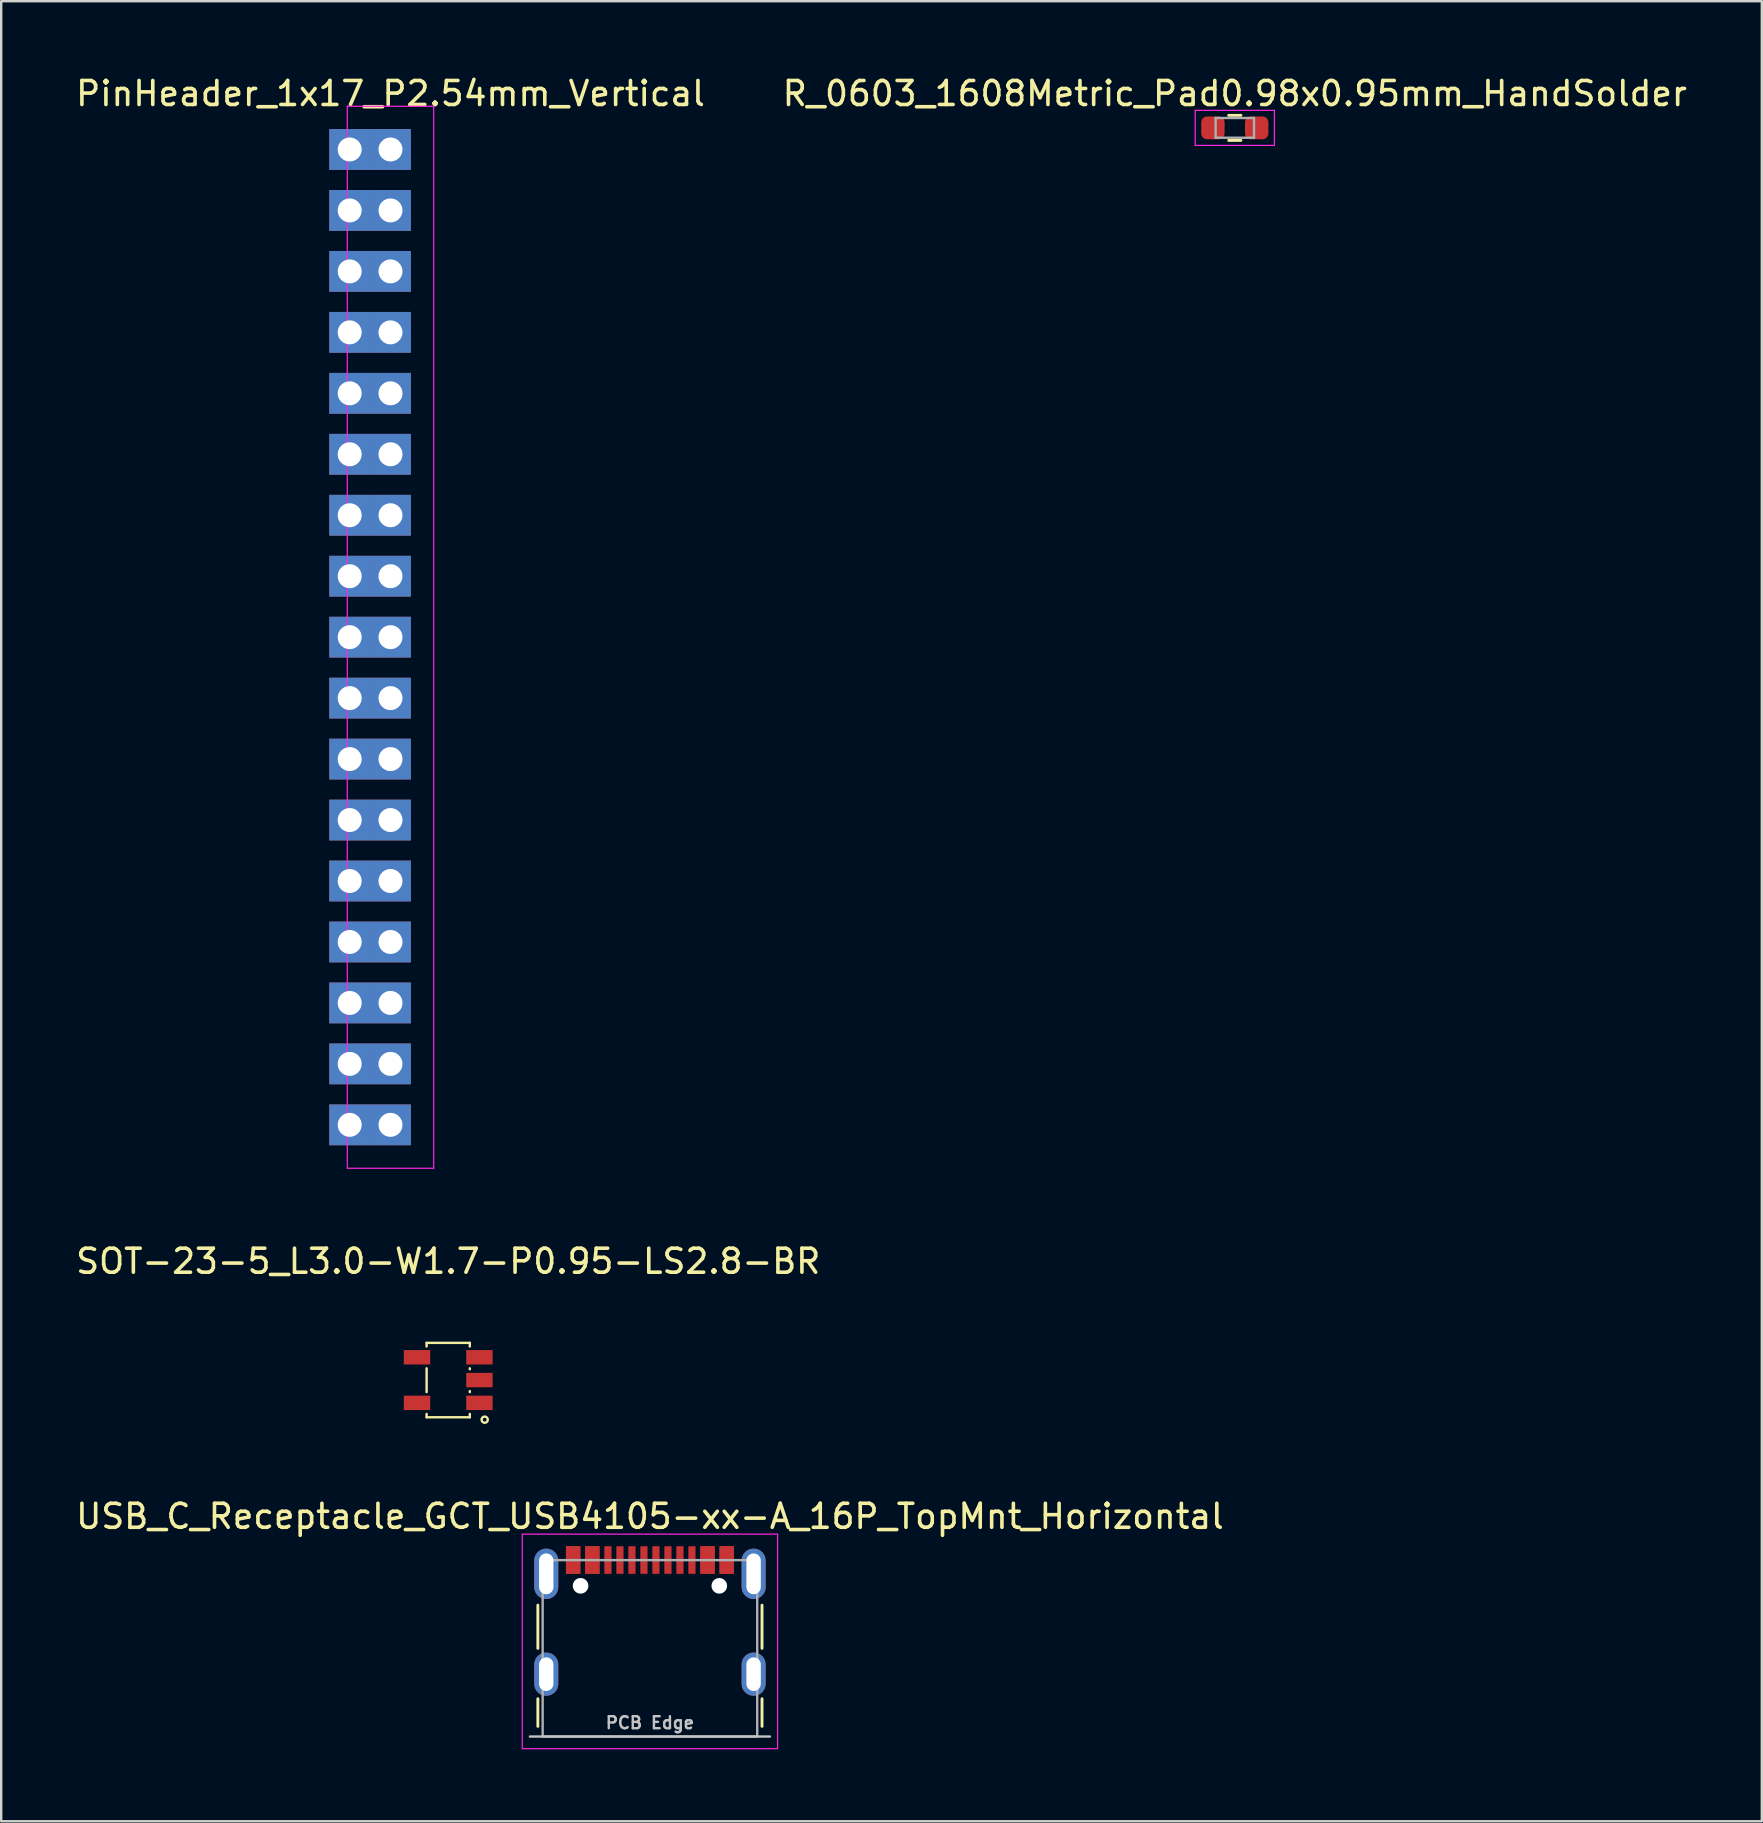
<source format=kicad_pcb>
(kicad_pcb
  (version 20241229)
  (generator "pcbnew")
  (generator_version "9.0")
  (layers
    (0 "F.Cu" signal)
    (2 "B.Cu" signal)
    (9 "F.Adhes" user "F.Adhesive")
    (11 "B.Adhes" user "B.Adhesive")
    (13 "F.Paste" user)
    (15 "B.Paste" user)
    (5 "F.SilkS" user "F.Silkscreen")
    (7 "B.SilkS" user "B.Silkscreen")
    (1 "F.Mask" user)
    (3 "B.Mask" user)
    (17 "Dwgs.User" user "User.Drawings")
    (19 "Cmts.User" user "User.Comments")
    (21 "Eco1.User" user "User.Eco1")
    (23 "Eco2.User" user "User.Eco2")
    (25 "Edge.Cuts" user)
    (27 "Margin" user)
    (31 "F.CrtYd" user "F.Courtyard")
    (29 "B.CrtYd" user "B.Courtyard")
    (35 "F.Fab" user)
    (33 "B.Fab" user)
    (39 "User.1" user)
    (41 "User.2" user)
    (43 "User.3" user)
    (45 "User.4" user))
  (footprint "USB_C_Receptacle_GCT_USB4105-xx-A_16P_TopMnt_Horizontal"
    (layer "F.Cu")
    (at 24.03 65.63)
    (property "Reference" "USB_C_Receptacle_GCT_USB4105-xx-A_16P_TopMnt_Horizontal" (at 0 -5.5 0) (unlocked yes) (layer "F.SilkS") (effects (font (size 1 1) (thickness 0.15))))
    (attr smd)
    (fp_line (start -4.67 0) (end -4.67 -1.8) (stroke (width 0.12) (type solid)) (layer "F.SilkS"))
    (fp_line (start -4.67 2.1) (end -4.67 3.25) (stroke (width 0.12) (type solid)) (layer "F.SilkS"))
    (fp_line (start 4.67 0) (end 4.67 -1.8) (stroke (width 0.12) (type solid)) (layer "F.SilkS"))
    (fp_line (start 4.67 2.1) (end 4.67 3.25) (stroke (width 0.12) (type solid)) (layer "F.SilkS"))
    (fp_line (start 5 3.675) (end -5 3.675) (stroke (width 0.1) (type solid)) (layer "Dwgs.User"))
    (fp_rect (start -5.32 -4.76) (end 5.32 4.18) (stroke (width 0.05) (type solid)) (fill no) (layer "F.CrtYd"))
    (fp_rect (start -4.47 -3.675) (end 4.47 3.675) (stroke (width 0.1) (type solid)) (fill no) (layer "F.Fab"))
    (fp_text user "PCB Edge" (at 0 3.1 0) (unlocked yes) (layer "Dwgs.User") (effects (font (size 0.5 0.5) (thickness 0.1))))
    (pad "" np_thru_hole circle (at -2.89 -2.605) (size 0.65 0.65) (drill 0.65) (layers "*.Cu" "*.Mask"))
    (pad "" np_thru_hole circle (at 2.89 -2.605) (size 0.65 0.65) (drill 0.65) (layers "*.Cu" "*.Mask"))
    (pad "A1" smd rect (at -3.2 -3.68) (size 0.6 1.15) (layers "F.Cu" "F.Mask" "F.Paste"))
    (pad "A4" smd rect (at -2.4 -3.68) (size 0.6 1.15) (layers "F.Cu" "F.Mask" "F.Paste"))
    (pad "A5" smd rect (at -1.25 -3.68) (size 0.3 1.15) (layers "F.Cu" "F.Mask" "F.Paste"))
    (pad "A6" smd rect (at -0.25 -3.68) (size 0.3 1.15) (layers "F.Cu" "F.Mask" "F.Paste"))
    (pad "A7" smd rect (at 0.25 -3.68) (size 0.3 1.15) (layers "F.Cu" "F.Mask" "F.Paste"))
    (pad "A8" smd rect (at 1.25 -3.68) (size 0.3 1.15) (layers "F.Cu" "F.Mask" "F.Paste"))
    (pad "A9" smd rect (at 2.4 -3.68) (size 0.6 1.15) (layers "F.Cu" "F.Mask" "F.Paste"))
    (pad "A12" smd rect (at 3.2 -3.68) (size 0.6 1.15) (layers "F.Cu" "F.Mask" "F.Paste"))
    (pad "B1" smd rect (at 3.2 -3.68) (size 0.6 1.15) (layers "F.Cu" "F.Mask" "F.Paste"))
    (pad "B4" smd rect (at 2.4 -3.68) (size 0.6 1.15) (layers "F.Cu" "F.Mask" "F.Paste"))
    (pad "B5" smd rect (at 1.75 -3.68) (size 0.3 1.15) (layers "F.Cu" "F.Mask" "F.Paste"))
    (pad "B6" smd rect (at 0.75 -3.68) (size 0.3 1.15) (layers "F.Cu" "F.Mask" "F.Paste"))
    (pad "B7" smd rect (at -0.75 -3.68) (size 0.3 1.15) (layers "F.Cu" "F.Mask" "F.Paste"))
    (pad "B8" smd rect (at -1.75 -3.68) (size 0.3 1.15) (layers "F.Cu" "F.Mask" "F.Paste"))
    (pad "B9" smd rect (at -2.4 -3.68) (size 0.6 1.15) (layers "F.Cu" "F.Mask" "F.Paste"))
    (pad "B12" smd rect (at -3.2 -3.68) (size 0.6 1.15) (layers "F.Cu" "F.Mask" "F.Paste"))
    (pad "S1" thru_hole oval (at -4.32 -3.105) (size 1 2.1) (drill oval 0.6 1.7) (layers "*.Cu" "*.Mask"))
    (pad "S1" thru_hole oval (at -4.32 1.075) (size 1 1.8) (drill oval 0.6 1.4) (layers "*.Cu" "*.Mask"))
    (pad "S1" thru_hole oval (at 4.32 -3.105) (size 1 2.1) (drill oval 0.6 1.7) (layers "*.Cu" "*.Mask"))
    (pad "S1" thru_hole oval (at 4.32 1.075) (size 1 1.8) (drill oval 0.6 1.4) (layers "*.Cu" "*.Mask")))
  (footprint "PinHeader_1x17_P2.54mm_Vertical"
    (layer "F.Cu")
    (at 13.22 3.178)
    (property "Reference" "PinHeader_1x17_P2.54mm_Vertical" (at 0 -2.33 0) (layer "F.SilkS") (effects (font (size 1 1) (thickness 0.15))))
    (attr through_hole)
    (fp_line (start -1.8 -1.8) (end -1.8 42.45) (stroke (width 0.05) (type solid)) (layer "F.CrtYd"))
    (fp_line (start -1.8 42.45) (end 1.8 42.45) (stroke (width 0.05) (type solid)) (layer "F.CrtYd"))
    (fp_line (start 1.8 -1.8) (end -1.8 -1.8) (stroke (width 0.05) (type solid)) (layer "F.CrtYd"))
    (fp_line (start 1.8 42.45) (end 1.8 -1.8) (stroke (width 0.05) (type solid)) (layer "F.CrtYd"))
    (pad "1" thru_hole rect (at -1.7 0) (size 1.7 1.7) (drill 1) (layers "*.Cu" "*.Mask"))
    (pad "1" thru_hole rect (at 0 0) (size 1.7 1.7) (drill 1) (layers "*.Cu" "*.Mask"))
    (pad "2" thru_hole rect (at -1.7 2.54) (size 1.7 1.7) (drill 1) (layers "*.Cu" "*.Mask"))
    (pad "2" thru_hole rect (at 0 2.54) (size 1.7 1.7) (drill 1) (layers "*.Cu" "*.Mask"))
    (pad "3" thru_hole rect (at -1.7 5.08) (size 1.7 1.7) (drill 1) (layers "*.Cu" "*.Mask"))
    (pad "3" thru_hole rect (at 0 5.08) (size 1.7 1.7) (drill 1) (layers "*.Cu" "*.Mask"))
    (pad "4" thru_hole rect (at -1.7 7.62) (size 1.7 1.7) (drill 1) (layers "*.Cu" "*.Mask"))
    (pad "4" thru_hole rect (at 0 7.62) (size 1.7 1.7) (drill 1) (layers "*.Cu" "*.Mask"))
    (pad "5" thru_hole rect (at -1.7 10.16) (size 1.7 1.7) (drill 1) (layers "*.Cu" "*.Mask"))
    (pad "5" thru_hole rect (at 0 10.16) (size 1.7 1.7) (drill 1) (layers "*.Cu" "*.Mask"))
    (pad "6" thru_hole rect (at -1.7 12.7) (size 1.7 1.7) (drill 1) (layers "*.Cu" "*.Mask"))
    (pad "6" thru_hole rect (at 0 12.7) (size 1.7 1.7) (drill 1) (layers "*.Cu" "*.Mask"))
    (pad "7" thru_hole rect (at -1.7 15.24) (size 1.7 1.7) (drill 1) (layers "*.Cu" "*.Mask"))
    (pad "7" thru_hole rect (at 0 15.24) (size 1.7 1.7) (drill 1) (layers "*.Cu" "*.Mask"))
    (pad "8" thru_hole rect (at -1.7 17.78) (size 1.7 1.7) (drill 1) (layers "*.Cu" "*.Mask"))
    (pad "8" thru_hole rect (at 0 17.78) (size 1.7 1.7) (drill 1) (layers "*.Cu" "*.Mask"))
    (pad "9" thru_hole rect (at -1.7 20.32) (size 1.7 1.7) (drill 1) (layers "*.Cu" "*.Mask"))
    (pad "9" thru_hole rect (at 0 20.32) (size 1.7 1.7) (drill 1) (layers "*.Cu" "*.Mask"))
    (pad "10" thru_hole rect (at -1.7 22.86) (size 1.7 1.7) (drill 1) (layers "*.Cu" "*.Mask"))
    (pad "10" thru_hole rect (at 0 22.86) (size 1.7 1.7) (drill 1) (layers "*.Cu" "*.Mask"))
    (pad "11" thru_hole rect (at -1.7 25.4) (size 1.7 1.7) (drill 1) (layers "*.Cu" "*.Mask"))
    (pad "11" thru_hole rect (at 0 25.4) (size 1.7 1.7) (drill 1) (layers "*.Cu" "*.Mask"))
    (pad "12" thru_hole rect (at -1.7 27.94) (size 1.7 1.7) (drill 1) (layers "*.Cu" "*.Mask"))
    (pad "12" thru_hole rect (at 0 27.94) (size 1.7 1.7) (drill 1) (layers "*.Cu" "*.Mask"))
    (pad "13" thru_hole rect (at -1.7 30.48) (size 1.7 1.7) (drill 1) (layers "*.Cu" "*.Mask"))
    (pad "13" thru_hole rect (at 0 30.48) (size 1.7 1.7) (drill 1) (layers "*.Cu" "*.Mask"))
    (pad "14" thru_hole rect (at -1.7 33.02) (size 1.7 1.7) (drill 1) (layers "*.Cu" "*.Mask"))
    (pad "14" thru_hole rect (at 0 33.02) (size 1.7 1.7) (drill 1) (layers "*.Cu" "*.Mask"))
    (pad "15" thru_hole rect (at -1.7 35.56) (size 1.7 1.7) (drill 1) (layers "*.Cu" "*.Mask"))
    (pad "15" thru_hole rect (at 0 35.56) (size 1.7 1.7) (drill 1) (layers "*.Cu" "*.Mask"))
    (pad "16" thru_hole rect (at -1.7 38.1) (size 1.7 1.7) (drill 1) (layers "*.Cu" "*.Mask"))
    (pad "16" thru_hole rect (at 0 38.1) (size 1.7 1.7) (drill 1) (layers "*.Cu" "*.Mask"))
    (pad "17" thru_hole rect (at -1.7 40.64) (size 1.7 1.7) (drill 1) (layers "*.Cu" "*.Mask"))
    (pad "17" thru_hole rect (at 0 40.64) (size 1.7 1.7) (drill 1) (layers "*.Cu" "*.Mask")))
  (footprint "SOT-23-5_L3.0-W1.7-P0.95-LS2.8-BR"
    (layer "F.Cu")
    (at 15.625 54.452)
    (property "Reference" "SOT-23-5_L3.0-W1.7-P0.95-LS2.8-BR" (at 0 -4.95 180) (layer "F.SilkS") (effects (font (size 1 1) (thickness 0.15))))
    (attr smd)
    (fp_line (start -0.9 -1.55) (end -0.9 -1.4) (stroke (width 0.1) (type solid)) (layer "F.SilkS"))
    (fp_line (start -0.9 -1.55) (end 0.9 -1.55) (stroke (width 0.1) (type solid)) (layer "F.SilkS"))
    (fp_line (start -0.9 -0.49) (end -0.9 0.5) (stroke (width 0.1) (type solid)) (layer "F.SilkS"))
    (fp_line (start -0.9 1.41) (end -0.9 1.55) (stroke (width 0.1) (type solid)) (layer "F.SilkS"))
    (fp_line (start -0.9 1.55) (end 0.9 1.55) (stroke (width 0.1) (type solid)) (layer "F.SilkS"))
    (fp_line (start 0.9 -1.55) (end 0.9 -1.4) (stroke (width 0.1) (type solid)) (layer "F.SilkS"))
    (fp_line (start 0.9 -0.49) (end 0.9 -0.45) (stroke (width 0.1) (type solid)) (layer "F.SilkS"))
    (fp_line (start 0.9 0.46) (end 0.9 0.5) (stroke (width 0.1) (type solid)) (layer "F.SilkS"))
    (fp_line (start 0.9 1.41) (end 0.9 1.55) (stroke (width 0.1) (type solid)) (layer "F.SilkS"))
    (fp_circle (center 1.52 1.65) (end 1.65 1.65) (stroke (width 0.1) (type solid)) (fill no) (layer "F.SilkS"))
    (pad "1" smd rect (at 1.3 0.95) (size 1.1 0.6) (layers "F.Cu" "F.Mask" "F.Paste"))
    (pad "2" smd rect (at 1.3 0) (size 1.1 0.6) (layers "F.Cu" "F.Mask" "F.Paste"))
    (pad "3" smd rect (at 1.3 -0.95) (size 1.1 0.6) (layers "F.Cu" "F.Mask" "F.Paste"))
    (pad "4" smd rect (at -1.3 -0.95) (size 1.1 0.6) (layers "F.Cu" "F.Mask" "F.Paste"))
    (pad "5" smd rect (at -1.3 0.95) (size 1.1 0.6) (layers "F.Cu" "F.Mask" "F.Paste")))
  (footprint "R_0603_1608Metric_Pad0.98x0.95mm_HandSolder"
    (layer "F.Cu")
    (at 48.399 2.278)
    (property "Reference" "R_0603_1608Metric_Pad0.98x0.95mm_HandSolder" (at 0 -1.43 180) (layer "F.SilkS") (effects (font (size 1 1) (thickness 0.15))))
    (attr smd)
    (fp_line (start -0.255 -0.522) (end 0.255 -0.522) (stroke (width 0.12) (type solid)) (layer "F.SilkS"))
    (fp_line (start -0.255 0.522) (end 0.255 0.522) (stroke (width 0.12) (type solid)) (layer "F.SilkS"))
    (fp_line (start -1.65 -0.73) (end 1.65 -0.73) (stroke (width 0.05) (type solid)) (layer "F.CrtYd"))
    (fp_line (start -1.65 0.73) (end -1.65 -0.73) (stroke (width 0.05) (type solid)) (layer "F.CrtYd"))
    (fp_line (start 1.65 -0.73) (end 1.65 0.73) (stroke (width 0.05) (type solid)) (layer "F.CrtYd"))
    (fp_line (start 1.65 0.73) (end -1.65 0.73) (stroke (width 0.05) (type solid)) (layer "F.CrtYd"))
    (fp_line (start -0.8 -0.412) (end 0.8 -0.412) (stroke (width 0.1) (type solid)) (layer "F.Fab"))
    (fp_line (start -0.8 0.412) (end -0.8 -0.412) (stroke (width 0.1) (type solid)) (layer "F.Fab"))
    (fp_line (start 0.8 -0.412) (end 0.8 0.412) (stroke (width 0.1) (type solid)) (layer "F.Fab"))
    (fp_line (start 0.8 0.412) (end -0.8 0.412) (stroke (width 0.1) (type solid)) (layer "F.Fab"))
    (pad "1" smd roundrect (at -0.912 0) (size 0.975 0.95) (layers "F.Cu" "F.Mask" "F.Paste") (roundrect_rratio 0.25))
    (pad "2" smd roundrect (at 0.912 0) (size 0.975 0.95) (layers "F.Cu" "F.Mask" "F.Paste") (roundrect_rratio 0.25)))
  (gr_rect
    (start -3 -3)
    (end 70.357 72.835)
    (stroke (width 0.1) (type default))
    (fill no)
    (layer "Edge.Cuts")))
</source>
